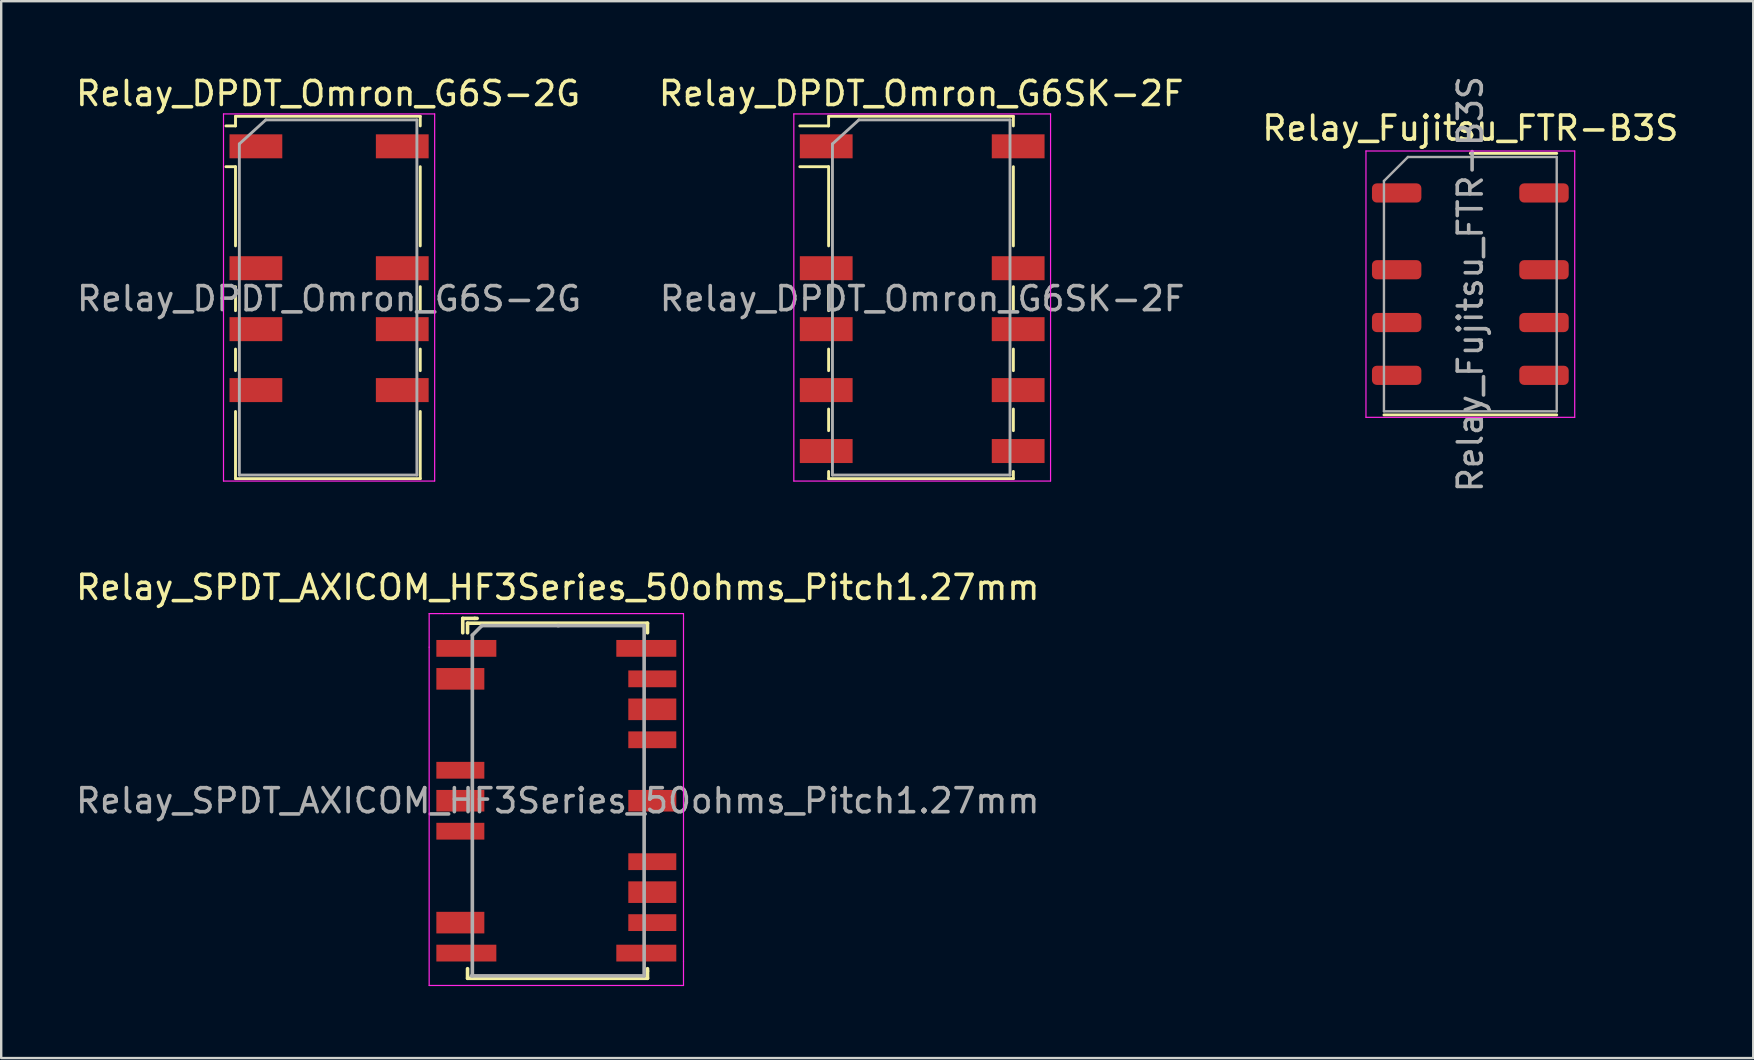
<source format=kicad_pcb>
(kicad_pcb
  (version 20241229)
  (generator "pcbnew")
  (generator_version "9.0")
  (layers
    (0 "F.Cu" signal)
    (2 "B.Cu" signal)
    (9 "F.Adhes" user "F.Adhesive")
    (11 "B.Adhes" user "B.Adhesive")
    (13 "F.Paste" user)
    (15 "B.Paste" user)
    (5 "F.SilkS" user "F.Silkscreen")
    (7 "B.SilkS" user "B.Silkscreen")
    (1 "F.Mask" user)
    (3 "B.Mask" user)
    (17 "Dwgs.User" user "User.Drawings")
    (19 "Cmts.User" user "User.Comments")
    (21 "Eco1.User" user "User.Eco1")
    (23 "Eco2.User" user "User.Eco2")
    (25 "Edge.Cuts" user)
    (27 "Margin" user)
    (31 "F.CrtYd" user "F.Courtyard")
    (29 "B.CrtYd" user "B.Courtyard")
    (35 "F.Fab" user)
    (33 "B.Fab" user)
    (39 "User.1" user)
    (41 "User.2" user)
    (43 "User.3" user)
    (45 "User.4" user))
  (footprint "Relay_DPDT_Omron_G6SK-2F"
    (layer "F.Cu")
    (at 35.384 9.398)
    (property "Reference" "Relay_DPDT_Omron_G6SK-2F" (at -0.04 -8.55 0) (layer "F.SilkS") (effects (font (size 1 1) (thickness 0.15))))
    (attr smd)
    (fp_line (start -5.1 -7.2) (end -3.9 -7.2) (stroke (width 0.12) (type solid)) (layer "F.SilkS"))
    (fp_line (start -3.9 -7.6) (end 3.8 -7.6) (stroke (width 0.12) (type solid)) (layer "F.SilkS"))
    (fp_line (start -3.9 -7.2) (end -3.9 -7.6) (stroke (width 0.12) (type solid)) (layer "F.SilkS"))
    (fp_line (start -3.9 -5.5) (end -5.1 -5.5) (stroke (width 0.12) (type solid)) (layer "F.SilkS"))
    (fp_line (start -3.9 -5.5) (end -3.9 -2.2) (stroke (width 0.12) (type solid)) (layer "F.SilkS"))
    (fp_line (start -3.9 -0.5) (end -3.9 0.5) (stroke (width 0.12) (type solid)) (layer "F.SilkS"))
    (fp_line (start -3.9 2.1) (end -3.9 3) (stroke (width 0.12) (type solid)) (layer "F.SilkS"))
    (fp_line (start -3.9 5.5) (end -3.9 4.6) (stroke (width 0.12) (type solid)) (layer "F.SilkS"))
    (fp_line (start -3.9 7.2) (end -3.9 7.5) (stroke (width 0.12) (type solid)) (layer "F.SilkS"))
    (fp_line (start -3.9 7.5) (end 3.8 7.5) (stroke (width 0.12) (type solid)) (layer "F.SilkS"))
    (fp_line (start 3.8 -7.6) (end 3.8 -7.2) (stroke (width 0.12) (type solid)) (layer "F.SilkS"))
    (fp_line (start 3.8 -5.5) (end 3.8 -2.2) (stroke (width 0.12) (type solid)) (layer "F.SilkS"))
    (fp_line (start 3.8 0.5) (end 3.8 -0.5) (stroke (width 0.12) (type solid)) (layer "F.SilkS"))
    (fp_line (start 3.8 3) (end 3.8 2.1) (stroke (width 0.12) (type solid)) (layer "F.SilkS"))
    (fp_line (start 3.8 4.6) (end 3.8 5.5) (stroke (width 0.12) (type solid)) (layer "F.SilkS"))
    (fp_line (start 3.8 7.5) (end 3.8 7.2) (stroke (width 0.12) (type solid)) (layer "F.SilkS"))
    (fp_line (start -5.35 -7.7) (end -5.35 7.6) (stroke (width 0.05) (type solid)) (layer "F.CrtYd"))
    (fp_line (start -5.35 -7.7) (end 5.35 -7.7) (stroke (width 0.05) (type solid)) (layer "F.CrtYd"))
    (fp_line (start 5.35 7.6) (end -5.35 7.6) (stroke (width 0.05) (type solid)) (layer "F.CrtYd"))
    (fp_line (start 5.35 7.6) (end 5.35 -7.7) (stroke (width 0.05) (type solid)) (layer "F.CrtYd"))
    (fp_line (start -3.74 -6.45) (end -2.64 -7.45) (stroke (width 0.12) (type solid)) (layer "F.Fab"))
    (fp_line (start -3.74 7.35) (end -3.74 -6.45) (stroke (width 0.12) (type solid)) (layer "F.Fab"))
    (fp_line (start -2.64 -7.45) (end 3.66 -7.45) (stroke (width 0.12) (type solid)) (layer "F.Fab"))
    (fp_line (start 3.66 -7.45) (end 3.66 7.35) (stroke (width 0.12) (type solid)) (layer "F.Fab"))
    (fp_line (start 3.66 7.35) (end -3.74 7.35) (stroke (width 0.12) (type solid)) (layer "F.Fab"))
    (fp_text user "${REFERENCE}" (at 0 0 0) (layer "F.Fab") (effects (font (size 1 1) (thickness 0.15))))
    (pad "1" smd rect (at -4 -6.35) (size 2.2 1) (layers "F.Cu" "F.Mask" "F.Paste"))
    (pad "3" smd rect (at -4 -1.27) (size 2.2 1) (layers "F.Cu" "F.Mask" "F.Paste"))
    (pad "4" smd rect (at -4 1.27) (size 2.2 1) (layers "F.Cu" "F.Mask" "F.Paste"))
    (pad "5" smd rect (at -4 3.81) (size 2.2 1) (layers "F.Cu" "F.Mask" "F.Paste"))
    (pad "6" smd rect (at -4 6.35) (size 2.2 1) (layers "F.Cu" "F.Mask" "F.Paste"))
    (pad "7" smd rect (at 4 6.35) (size 2.2 1) (layers "F.Cu" "F.Mask" "F.Paste"))
    (pad "8" smd rect (at 4 3.81) (size 2.2 1) (layers "F.Cu" "F.Mask" "F.Paste"))
    (pad "9" smd rect (at 4 1.27) (size 2.2 1) (layers "F.Cu" "F.Mask" "F.Paste"))
    (pad "10" smd rect (at 4 -1.27) (size 2.2 1) (layers "F.Cu" "F.Mask" "F.Paste"))
    (pad "12" smd rect (at 4 -6.35) (size 2.2 1) (layers "F.Cu" "F.Mask" "F.Paste")))
  (footprint "Relay_SPDT_AXICOM_HF3Series_50ohms_Pitch1.27mm"
    (layer "F.Cu")
    (at 20.136 30.322)
    (property "Reference" "Relay_SPDT_AXICOM_HF3Series_50ohms_Pitch1.27mm" (at 0.06 -8.89 0) (layer "F.SilkS") (effects (font (size 1 1) (thickness 0.15))))
    (attr smd)
    (fp_line (start -3.9 -7.6) (end -3.4 -7.6) (stroke (width 0.15) (type solid)) (layer "F.SilkS"))
    (fp_line (start -3.9 -7) (end -3.9 -7.6) (stroke (width 0.15) (type solid)) (layer "F.SilkS"))
    (fp_line (start -3.7 -7.4) (end -3.7 -7) (stroke (width 0.15) (type solid)) (layer "F.SilkS"))
    (fp_line (start -3.7 7.4) (end -3.7 7) (stroke (width 0.15) (type solid)) (layer "F.SilkS"))
    (fp_line (start -3.4 -7.6) (end -3.3 -7.6) (stroke (width 0.15) (type solid)) (layer "F.SilkS"))
    (fp_line (start 3.8 -7.4) (end -3.7 -7.4) (stroke (width 0.15) (type solid)) (layer "F.SilkS"))
    (fp_line (start 3.8 -7) (end 3.8 -7.4) (stroke (width 0.15) (type solid)) (layer "F.SilkS"))
    (fp_line (start 3.8 7.1) (end 3.8 7) (stroke (width 0.15) (type solid)) (layer "F.SilkS"))
    (fp_line (start 3.8 7.1) (end 3.8 7.4) (stroke (width 0.15) (type solid)) (layer "F.SilkS"))
    (fp_line (start 3.8 7.4) (end -3.7 7.4) (stroke (width 0.15) (type solid)) (layer "F.SilkS"))
    (fp_line (start -5.3 -7.8) (end -5.3 -6.4) (stroke (width 0.05) (type solid)) (layer "F.CrtYd"))
    (fp_line (start -5.3 -6.4) (end -5.3 7.7) (stroke (width 0.05) (type solid)) (layer "F.CrtYd"))
    (fp_line (start -5.3 7.7) (end 5.2 7.7) (stroke (width 0.05) (type solid)) (layer "F.CrtYd"))
    (fp_line (start -4.7 -7.8) (end -5.3 -7.8) (stroke (width 0.05) (type solid)) (layer "F.CrtYd"))
    (fp_line (start 5.2 7.7) (end 5.3 7.7) (stroke (width 0.05) (type solid)) (layer "F.CrtYd"))
    (fp_line (start 5.3 -7.8) (end -4.7 -7.8) (stroke (width 0.05) (type solid)) (layer "F.CrtYd"))
    (fp_line (start 5.3 -7.6) (end 5.3 -7.8) (stroke (width 0.05) (type solid)) (layer "F.CrtYd"))
    (fp_line (start 5.3 6.7) (end 5.3 -7.6) (stroke (width 0.05) (type solid)) (layer "F.CrtYd"))
    (fp_line (start 5.3 7.7) (end 5.3 6.7) (stroke (width 0.05) (type solid)) (layer "F.CrtYd"))
    (fp_line (start -3.5 -6.9) (end -3.1 -7.3) (stroke (width 0.15) (type solid)) (layer "F.Fab"))
    (fp_line (start -3.5 7.3) (end -3.5 -6.9) (stroke (width 0.15) (type solid)) (layer "F.Fab"))
    (fp_line (start -3.1 -7.3) (end 0.1 -7.3) (stroke (width 0.15) (type solid)) (layer "F.Fab"))
    (fp_line (start 0.06 -7.3) (end 3.66 -7.3) (stroke (width 0.15) (type solid)) (layer "F.Fab"))
    (fp_line (start 3.66 -7.3) (end 3.66 7.3) (stroke (width 0.15) (type solid)) (layer "F.Fab"))
    (fp_line (start 3.66 7.3) (end -3.54 7.3) (stroke (width 0.15) (type solid)) (layer "F.Fab"))
    (fp_text user "${REFERENCE}" (at 0.06 0 0) (layer "F.Fab") (effects (font (size 1 1) (thickness 0.15))))
    (pad "1" smd rect (at -3.75 -6.35) (size 2.5 0.7) (layers "F.Cu" "F.Mask" "F.Paste"))
    (pad "2" smd rect (at -4 -5.08) (size 2 0.9) (layers "F.Cu" "F.Mask" "F.Paste"))
    (pad "5" smd rect (at -4 -1.27) (size 2 0.7) (layers "F.Cu" "F.Mask" "F.Paste"))
    (pad "6" smd rect (at -4 0) (size 2 0.9) (layers "F.Cu" "F.Mask" "F.Paste"))
    (pad "7" smd rect (at -4 1.27) (size 2 0.7) (layers "F.Cu" "F.Mask" "F.Paste"))
    (pad "10" smd rect (at -4 5.08) (size 2 0.9) (layers "F.Cu" "F.Mask" "F.Paste"))
    (pad "11" smd rect (at -3.75 6.35) (size 2.5 0.7) (layers "F.Cu" "F.Mask" "F.Paste"))
    (pad "12" smd rect (at 3.75 6.35) (size 2.5 0.7) (layers "F.Cu" "F.Mask" "F.Paste"))
    (pad "13" smd rect (at 4 5.08) (size 2 0.7) (layers "F.Cu" "F.Mask" "F.Paste"))
    (pad "14" smd rect (at 4 3.81) (size 2 0.9) (layers "F.Cu" "F.Mask" "F.Paste"))
    (pad "15" smd rect (at 4 2.54) (size 2 0.7) (layers "F.Cu" "F.Mask" "F.Paste"))
    (pad "17" smd rect (at 4 0) (size 2 0.9) (layers "F.Cu" "F.Mask" "F.Paste"))
    (pad "19" smd rect (at 4 -2.54) (size 2 0.7) (layers "F.Cu" "F.Mask" "F.Paste"))
    (pad "20" smd rect (at 4 -3.81) (size 2 0.9) (layers "F.Cu" "F.Mask" "F.Paste"))
    (pad "21" smd rect (at 4 -5.08) (size 2 0.7) (layers "F.Cu" "F.Mask" "F.Paste"))
    (pad "22" smd rect (at 3.75 -6.35) (size 2.5 0.7) (layers "F.Cu" "F.Mask" "F.Paste")))
  (footprint "Relay_DPDT_Omron_G6S-2G"
    (layer "F.Cu")
    (at 10.665 9.398)
    (property "Reference" "Relay_DPDT_Omron_G6S-2G" (at -0.04 -8.55 0) (layer "F.SilkS") (effects (font (size 1 1) (thickness 0.15))))
    (attr smd)
    (fp_line (start -4.3 -7.2) (end -3.9 -7.2) (stroke (width 0.12) (type solid)) (layer "F.SilkS"))
    (fp_line (start -3.9 -7.6) (end 3.8 -7.6) (stroke (width 0.12) (type solid)) (layer "F.SilkS"))
    (fp_line (start -3.9 -7.2) (end -3.9 -7.6) (stroke (width 0.12) (type solid)) (layer "F.SilkS"))
    (fp_line (start -3.9 -5.5) (end -4.3 -5.5) (stroke (width 0.12) (type solid)) (layer "F.SilkS"))
    (fp_line (start -3.9 -5.5) (end -3.9 -2.2) (stroke (width 0.12) (type solid)) (layer "F.SilkS"))
    (fp_line (start -3.9 -0.5) (end -3.9 0.5) (stroke (width 0.12) (type solid)) (layer "F.SilkS"))
    (fp_line (start -3.9 2.1) (end -3.9 3) (stroke (width 0.12) (type solid)) (layer "F.SilkS"))
    (fp_line (start -3.9 4.7) (end -3.9 7.5) (stroke (width 0.12) (type solid)) (layer "F.SilkS"))
    (fp_line (start -3.9 7.5) (end 3.8 7.5) (stroke (width 0.12) (type solid)) (layer "F.SilkS"))
    (fp_line (start 3.8 -7.6) (end 3.8 -7.2) (stroke (width 0.12) (type solid)) (layer "F.SilkS"))
    (fp_line (start 3.8 -5.5) (end 3.8 -2.2) (stroke (width 0.12) (type solid)) (layer "F.SilkS"))
    (fp_line (start 3.8 0.5) (end 3.8 -0.5) (stroke (width 0.12) (type solid)) (layer "F.SilkS"))
    (fp_line (start 3.8 3) (end 3.8 2.1) (stroke (width 0.12) (type solid)) (layer "F.SilkS"))
    (fp_line (start 3.8 7.5) (end 3.8 4.7) (stroke (width 0.12) (type solid)) (layer "F.SilkS"))
    (fp_line (start -4.4 -7.7) (end -4.4 7.6) (stroke (width 0.05) (type solid)) (layer "F.CrtYd"))
    (fp_line (start -4.4 -7.7) (end 4.4 -7.7) (stroke (width 0.05) (type solid)) (layer "F.CrtYd"))
    (fp_line (start 4.4 7.6) (end -4.4 7.6) (stroke (width 0.05) (type solid)) (layer "F.CrtYd"))
    (fp_line (start 4.4 7.6) (end 4.4 -7.7) (stroke (width 0.05) (type solid)) (layer "F.CrtYd"))
    (fp_line (start -3.74 -6.45) (end -2.64 -7.45) (stroke (width 0.12) (type solid)) (layer "F.Fab"))
    (fp_line (start -3.74 7.35) (end -3.74 -6.45) (stroke (width 0.12) (type solid)) (layer "F.Fab"))
    (fp_line (start -2.64 -7.45) (end 3.66 -7.45) (stroke (width 0.12) (type solid)) (layer "F.Fab"))
    (fp_line (start 3.66 -7.45) (end 3.66 7.35) (stroke (width 0.12) (type solid)) (layer "F.Fab"))
    (fp_line (start 3.66 7.35) (end -3.74 7.35) (stroke (width 0.12) (type solid)) (layer "F.Fab"))
    (fp_text user "${REFERENCE}" (at 0 0 0) (layer "F.Fab") (effects (font (size 1 1) (thickness 0.15))))
    (pad "1" smd rect (at -3.05 -6.35) (size 2.2 1) (layers "F.Cu" "F.Mask" "F.Paste"))
    (pad "3" smd rect (at -3.05 -1.27) (size 2.2 1) (layers "F.Cu" "F.Mask" "F.Paste"))
    (pad "4" smd rect (at -3.05 1.27) (size 2.2 1) (layers "F.Cu" "F.Mask" "F.Paste"))
    (pad "5" smd rect (at -3.05 3.81) (size 2.2 1) (layers "F.Cu" "F.Mask" "F.Paste"))
    (pad "8" smd rect (at 3.05 3.81) (size 2.2 1) (layers "F.Cu" "F.Mask" "F.Paste"))
    (pad "9" smd rect (at 3.05 1.27) (size 2.2 1) (layers "F.Cu" "F.Mask" "F.Paste"))
    (pad "10" smd rect (at 3.05 -1.27) (size 2.2 1) (layers "F.Cu" "F.Mask" "F.Paste"))
    (pad "12" smd rect (at 3.05 -6.35) (size 2.2 1) (layers "F.Cu" "F.Mask" "F.Paste")))
  (footprint "Relay_Fujitsu_FTR-B3S"
    (layer "F.Cu")
    (at 58.229 8.792)
    (property "Reference" "Relay_Fujitsu_FTR-B3S" (at 0 -6.5 0) (layer "F.SilkS") (effects (font (size 1 1) (thickness 0.15))))
    (attr smd)
    (fp_line (start -3.6 5.45) (end 3.6 5.45) (stroke (width 0.12) (type solid)) (layer "F.SilkS"))
    (fp_line (start 0 -5.45) (end 3.6 -5.45) (stroke (width 0.12) (type solid)) (layer "F.SilkS"))
    (fp_line (start -4.35 -5.55) (end -4.35 5.55) (stroke (width 0.05) (type solid)) (layer "F.CrtYd"))
    (fp_line (start -4.35 5.55) (end 4.35 5.55) (stroke (width 0.05) (type solid)) (layer "F.CrtYd"))
    (fp_line (start 4.35 -5.55) (end -4.35 -5.55) (stroke (width 0.05) (type solid)) (layer "F.CrtYd"))
    (fp_line (start 4.35 5.55) (end 4.35 -5.55) (stroke (width 0.05) (type solid)) (layer "F.CrtYd"))
    (fp_line (start -3.6 -4.3) (end -2.6 -5.3) (stroke (width 0.1) (type solid)) (layer "F.Fab"))
    (fp_line (start -3.6 5.3) (end -3.6 -4.3) (stroke (width 0.1) (type solid)) (layer "F.Fab"))
    (fp_line (start -2.6 -5.3) (end 3.6 -5.3) (stroke (width 0.1) (type solid)) (layer "F.Fab"))
    (fp_line (start 3.6 -5.3) (end 3.6 5.3) (stroke (width 0.1) (type solid)) (layer "F.Fab"))
    (fp_line (start 3.6 5.3) (end -3.6 5.3) (stroke (width 0.1) (type solid)) (layer "F.Fab"))
    (fp_text user "${REFERENCE}" (at 0 0 90) (layer "F.Fab") (effects (font (size 1 1) (thickness 0.15))))
    (pad "1" smd roundrect (at -3.07 -3.8) (size 2.06 0.8) (layers "F.Cu" "F.Mask" "F.Paste") (roundrect_rratio 0.25))
    (pad "2" smd roundrect (at -3.07 -0.6) (size 2.06 0.8) (layers "F.Cu" "F.Mask" "F.Paste") (roundrect_rratio 0.25))
    (pad "3" smd roundrect (at -3.07 1.6) (size 2.06 0.8) (layers "F.Cu" "F.Mask" "F.Paste") (roundrect_rratio 0.25))
    (pad "4" smd roundrect (at -3.07 3.8) (size 2.06 0.8) (layers "F.Cu" "F.Mask" "F.Paste") (roundrect_rratio 0.25))
    (pad "5" smd roundrect (at 3.07 3.8) (size 2.06 0.8) (layers "F.Cu" "F.Mask" "F.Paste") (roundrect_rratio 0.25))
    (pad "6" smd roundrect (at 3.07 1.6) (size 2.06 0.8) (layers "F.Cu" "F.Mask" "F.Paste") (roundrect_rratio 0.25))
    (pad "7" smd roundrect (at 3.07 -0.6) (size 2.06 0.8) (layers "F.Cu" "F.Mask" "F.Paste") (roundrect_rratio 0.25))
    (pad "8" smd roundrect (at 3.07 -3.8) (size 2.06 0.8) (layers "F.Cu" "F.Mask" "F.Paste") (roundrect_rratio 0.25)))
  (gr_rect
    (start -3 -3)
    (end 70.02 41.047)
    (stroke (width 0.1) (type default))
    (fill no)
    (layer "Edge.Cuts")))
</source>
